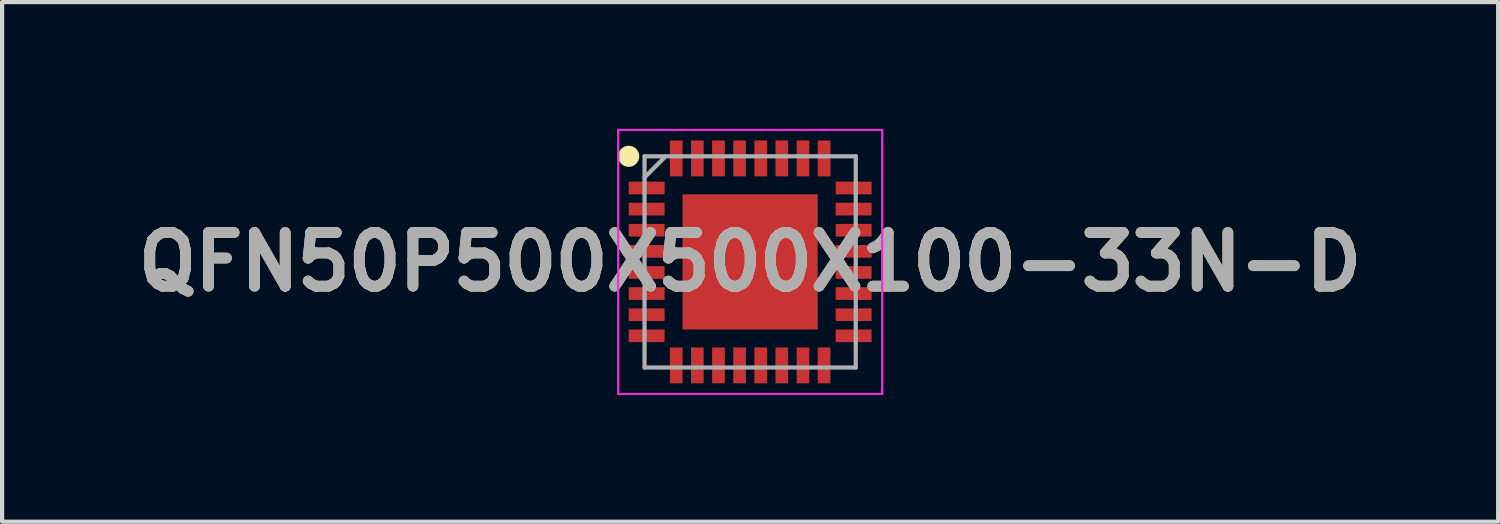
<source format=kicad_pcb>
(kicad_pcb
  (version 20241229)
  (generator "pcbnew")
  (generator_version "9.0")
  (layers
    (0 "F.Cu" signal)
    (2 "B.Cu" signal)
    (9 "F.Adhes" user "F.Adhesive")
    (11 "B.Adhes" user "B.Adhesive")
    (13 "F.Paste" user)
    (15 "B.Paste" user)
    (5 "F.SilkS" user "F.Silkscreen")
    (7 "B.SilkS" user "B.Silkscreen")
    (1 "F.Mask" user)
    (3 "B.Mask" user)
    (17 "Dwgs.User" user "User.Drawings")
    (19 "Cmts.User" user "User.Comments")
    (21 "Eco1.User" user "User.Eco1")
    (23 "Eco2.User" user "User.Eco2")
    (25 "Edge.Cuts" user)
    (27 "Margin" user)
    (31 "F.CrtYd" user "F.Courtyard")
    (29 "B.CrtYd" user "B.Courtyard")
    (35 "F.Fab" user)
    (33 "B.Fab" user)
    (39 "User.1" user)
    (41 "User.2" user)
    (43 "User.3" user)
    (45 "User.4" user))
  (footprint "QFN50P500X500X100-33N-D"
    (layer "F.Cu")
    (at 14.708 3.15)
    (property "Reference" "QFN50P500X500X100-33N-D" (at 0 0 0) (layer "F.SilkS") (effects (font (size 1.27 1.27) (thickness 0.254))))
    (attr smd)
    (fp_circle (center -2.875 -2.5) (end -2.875 -2.375) (stroke (width 0.25) (type solid)) (fill no) (layer "F.SilkS"))
    (fp_line (start -3.125 -3.125) (end 3.125 -3.125) (stroke (width 0.05) (type solid)) (layer "F.CrtYd"))
    (fp_line (start -3.125 3.125) (end -3.125 -3.125) (stroke (width 0.05) (type solid)) (layer "F.CrtYd"))
    (fp_line (start 3.125 -3.125) (end 3.125 3.125) (stroke (width 0.05) (type solid)) (layer "F.CrtYd"))
    (fp_line (start 3.125 3.125) (end -3.125 3.125) (stroke (width 0.05) (type solid)) (layer "F.CrtYd"))
    (fp_line (start -2.5 -2.5) (end 2.5 -2.5) (stroke (width 0.1) (type solid)) (layer "F.Fab"))
    (fp_line (start -2.5 -2) (end -2 -2.5) (stroke (width 0.1) (type solid)) (layer "F.Fab"))
    (fp_line (start -2.5 2.5) (end -2.5 -2.5) (stroke (width 0.1) (type solid)) (layer "F.Fab"))
    (fp_line (start 2.5 -2.5) (end 2.5 2.5) (stroke (width 0.1) (type solid)) (layer "F.Fab"))
    (fp_line (start 2.5 2.5) (end -2.5 2.5) (stroke (width 0.1) (type solid)) (layer "F.Fab"))
    (fp_text user "${REFERENCE}" (at 0 0 0) (layer "F.Fab") (effects (font (size 1.27 1.27) (thickness 0.254))))
    (pad "1" smd rect (at -2.45 -1.75 90) (size 0.3 0.85) (layers "F.Cu" "F.Mask" "F.Paste"))
    (pad "2" smd rect (at -2.45 -1.25 90) (size 0.3 0.85) (layers "F.Cu" "F.Mask" "F.Paste"))
    (pad "3" smd rect (at -2.45 -0.75 90) (size 0.3 0.85) (layers "F.Cu" "F.Mask" "F.Paste"))
    (pad "4" smd rect (at -2.45 -0.25 90) (size 0.3 0.85) (layers "F.Cu" "F.Mask" "F.Paste"))
    (pad "5" smd rect (at -2.45 0.25 90) (size 0.3 0.85) (layers "F.Cu" "F.Mask" "F.Paste"))
    (pad "6" smd rect (at -2.45 0.75 90) (size 0.3 0.85) (layers "F.Cu" "F.Mask" "F.Paste"))
    (pad "7" smd rect (at -2.45 1.25 90) (size 0.3 0.85) (layers "F.Cu" "F.Mask" "F.Paste"))
    (pad "8" smd rect (at -2.45 1.75 90) (size 0.3 0.85) (layers "F.Cu" "F.Mask" "F.Paste"))
    (pad "9" smd rect (at -1.75 2.45) (size 0.3 0.85) (layers "F.Cu" "F.Mask" "F.Paste"))
    (pad "10" smd rect (at -1.25 2.45) (size 0.3 0.85) (layers "F.Cu" "F.Mask" "F.Paste"))
    (pad "11" smd rect (at -0.75 2.45) (size 0.3 0.85) (layers "F.Cu" "F.Mask" "F.Paste"))
    (pad "12" smd rect (at -0.25 2.45) (size 0.3 0.85) (layers "F.Cu" "F.Mask" "F.Paste"))
    (pad "13" smd rect (at 0.25 2.45) (size 0.3 0.85) (layers "F.Cu" "F.Mask" "F.Paste"))
    (pad "14" smd rect (at 0.75 2.45) (size 0.3 0.85) (layers "F.Cu" "F.Mask" "F.Paste"))
    (pad "15" smd rect (at 1.25 2.45) (size 0.3 0.85) (layers "F.Cu" "F.Mask" "F.Paste"))
    (pad "16" smd rect (at 1.75 2.45) (size 0.3 0.85) (layers "F.Cu" "F.Mask" "F.Paste"))
    (pad "17" smd rect (at 2.45 1.75 90) (size 0.3 0.85) (layers "F.Cu" "F.Mask" "F.Paste"))
    (pad "18" smd rect (at 2.45 1.25 90) (size 0.3 0.85) (layers "F.Cu" "F.Mask" "F.Paste"))
    (pad "19" smd rect (at 2.45 0.75 90) (size 0.3 0.85) (layers "F.Cu" "F.Mask" "F.Paste"))
    (pad "20" smd rect (at 2.45 0.25 90) (size 0.3 0.85) (layers "F.Cu" "F.Mask" "F.Paste"))
    (pad "21" smd rect (at 2.45 -0.25 90) (size 0.3 0.85) (layers "F.Cu" "F.Mask" "F.Paste"))
    (pad "22" smd rect (at 2.45 -0.75 90) (size 0.3 0.85) (layers "F.Cu" "F.Mask" "F.Paste"))
    (pad "23" smd rect (at 2.45 -1.25 90) (size 0.3 0.85) (layers "F.Cu" "F.Mask" "F.Paste"))
    (pad "24" smd rect (at 2.45 -1.75 90) (size 0.3 0.85) (layers "F.Cu" "F.Mask" "F.Paste"))
    (pad "25" smd rect (at 1.75 -2.45) (size 0.3 0.85) (layers "F.Cu" "F.Mask" "F.Paste"))
    (pad "26" smd rect (at 1.25 -2.45) (size 0.3 0.85) (layers "F.Cu" "F.Mask" "F.Paste"))
    (pad "27" smd rect (at 0.75 -2.45) (size 0.3 0.85) (layers "F.Cu" "F.Mask" "F.Paste"))
    (pad "28" smd rect (at 0.25 -2.45) (size 0.3 0.85) (layers "F.Cu" "F.Mask" "F.Paste"))
    (pad "29" smd rect (at -0.25 -2.45) (size 0.3 0.85) (layers "F.Cu" "F.Mask" "F.Paste"))
    (pad "30" smd rect (at -0.75 -2.45) (size 0.3 0.85) (layers "F.Cu" "F.Mask" "F.Paste"))
    (pad "31" smd rect (at -1.25 -2.45) (size 0.3 0.85) (layers "F.Cu" "F.Mask" "F.Paste"))
    (pad "32" smd rect (at -1.75 -2.45) (size 0.3 0.85) (layers "F.Cu" "F.Mask" "F.Paste"))
    (pad "33" smd rect (at 0 0) (size 3.2 3.2) (layers "F.Cu" "F.Mask" "F.Paste")))
  (gr_rect
    (start -3 -3)
    (end 32.416 9.3)
    (stroke (width 0.1) (type default))
    (fill no)
    (layer "Edge.Cuts")))
</source>
